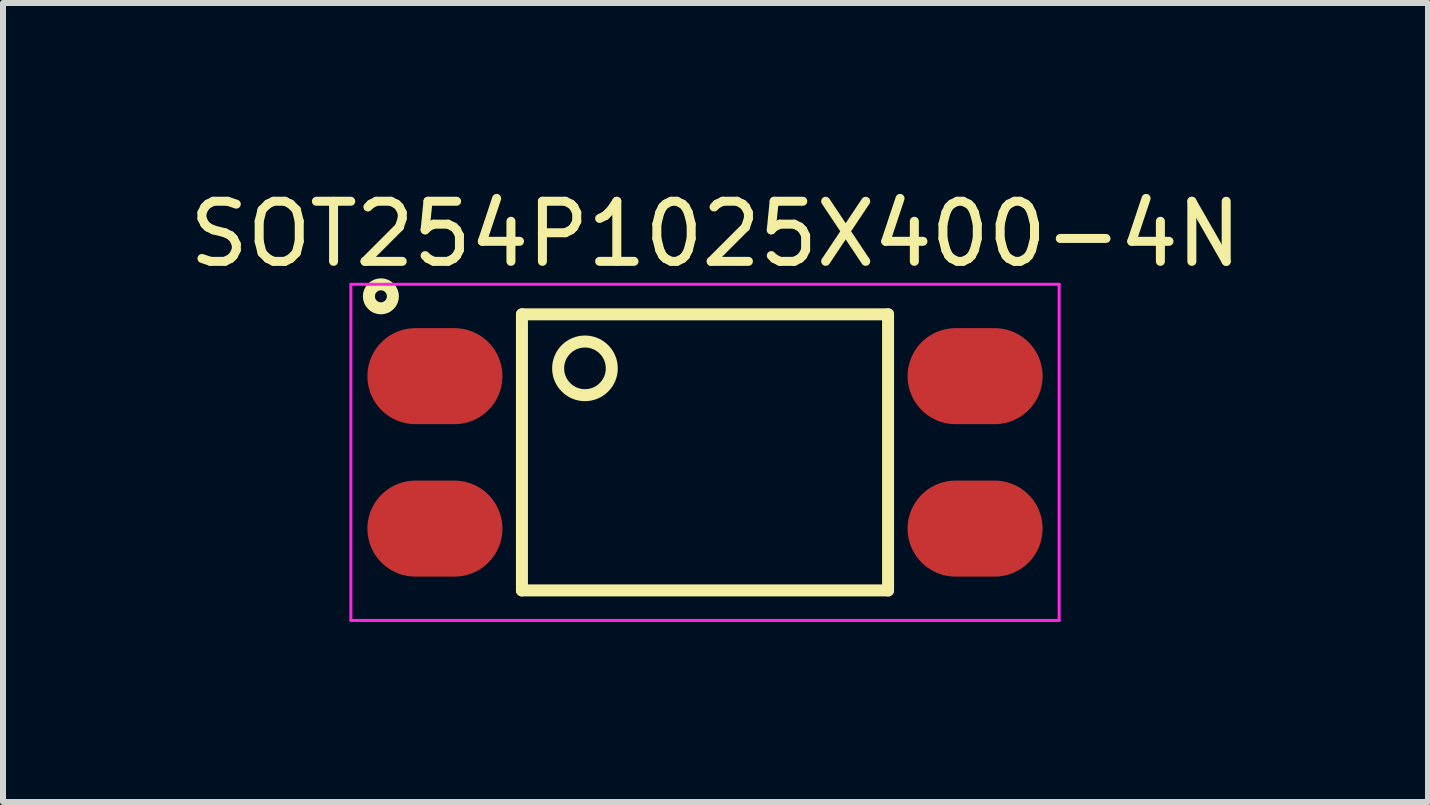
<source format=kicad_pcb>
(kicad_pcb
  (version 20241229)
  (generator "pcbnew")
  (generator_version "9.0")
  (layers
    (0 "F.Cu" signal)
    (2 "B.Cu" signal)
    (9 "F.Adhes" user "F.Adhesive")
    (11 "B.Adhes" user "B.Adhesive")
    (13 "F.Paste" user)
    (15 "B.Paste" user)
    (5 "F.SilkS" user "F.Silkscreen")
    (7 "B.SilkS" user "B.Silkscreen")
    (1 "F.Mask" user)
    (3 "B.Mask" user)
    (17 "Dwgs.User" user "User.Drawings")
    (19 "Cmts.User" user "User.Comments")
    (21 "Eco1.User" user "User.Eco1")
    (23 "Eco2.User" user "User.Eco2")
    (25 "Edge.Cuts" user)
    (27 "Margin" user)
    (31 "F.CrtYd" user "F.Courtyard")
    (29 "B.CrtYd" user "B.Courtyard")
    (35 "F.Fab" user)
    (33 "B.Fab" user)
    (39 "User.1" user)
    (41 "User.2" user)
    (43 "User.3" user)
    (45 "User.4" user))
  (footprint "SOT254P1025X400-4N"
    (layer "F.Cu")
    (at 8.696 4.487)
    (property "Reference" "SOT254P1025X400-4N" (at 0.175 -3.638 0) (layer "F.SilkS") (effects (font (size 1.001 1.001) (thickness 0.15))))
    (attr smd)
    (fp_line (start -3.05 -2.3) (end 3.05 -2.3) (stroke (width 0.2) (type solid)) (layer "F.SilkS"))
    (fp_line (start -3.05 2.3) (end -3.05 -2.3) (stroke (width 0.2) (type solid)) (layer "F.SilkS"))
    (fp_line (start 3.05 -2.3) (end 3.05 2.3) (stroke (width 0.2) (type solid)) (layer "F.SilkS"))
    (fp_line (start 3.05 2.3) (end -3.05 2.3) (stroke (width 0.2) (type solid)) (layer "F.SilkS"))
    (fp_circle (center -5.4 -2.6) (end -5.2 -2.6) (stroke (width 0.2) (type solid)) (fill no) (layer "F.SilkS"))
    (fp_circle (center -2 -1.4) (end -1.553 -1.4) (stroke (width 0.2) (type solid)) (fill no) (layer "F.SilkS"))
    (fp_line (start -5.9 -2.8) (end 5.9 -2.8) (stroke (width 0.05) (type solid)) (layer "F.CrtYd"))
    (fp_line (start -5.9 2.8) (end -5.9 -2.8) (stroke (width 0.05) (type solid)) (layer "F.CrtYd"))
    (fp_line (start 5.9 -2.8) (end 5.9 2.8) (stroke (width 0.05) (type solid)) (layer "F.CrtYd"))
    (fp_line (start 5.9 2.8) (end -5.9 2.8) (stroke (width 0.05) (type solid)) (layer "F.CrtYd"))
    (pad "1" smd oval (at -4.5 -1.27) (size 2.25 1.6) (layers "F.Cu" "F.Mask" "F.Paste"))
    (pad "2" smd oval (at -4.5 1.27) (size 2.25 1.6) (layers "F.Cu" "F.Mask" "F.Paste"))
    (pad "3" smd oval (at 4.5 1.27) (size 2.25 1.6) (layers "F.Cu" "F.Mask" "F.Paste"))
    (pad "4" smd oval (at 4.5 -1.27) (size 2.25 1.6) (layers "F.Cu" "F.Mask" "F.Paste")))
  (gr_rect
    (start -3 -3)
    (end 20.742 10.312)
    (stroke (width 0.1) (type default))
    (fill no)
    (layer "Edge.Cuts")))
</source>
